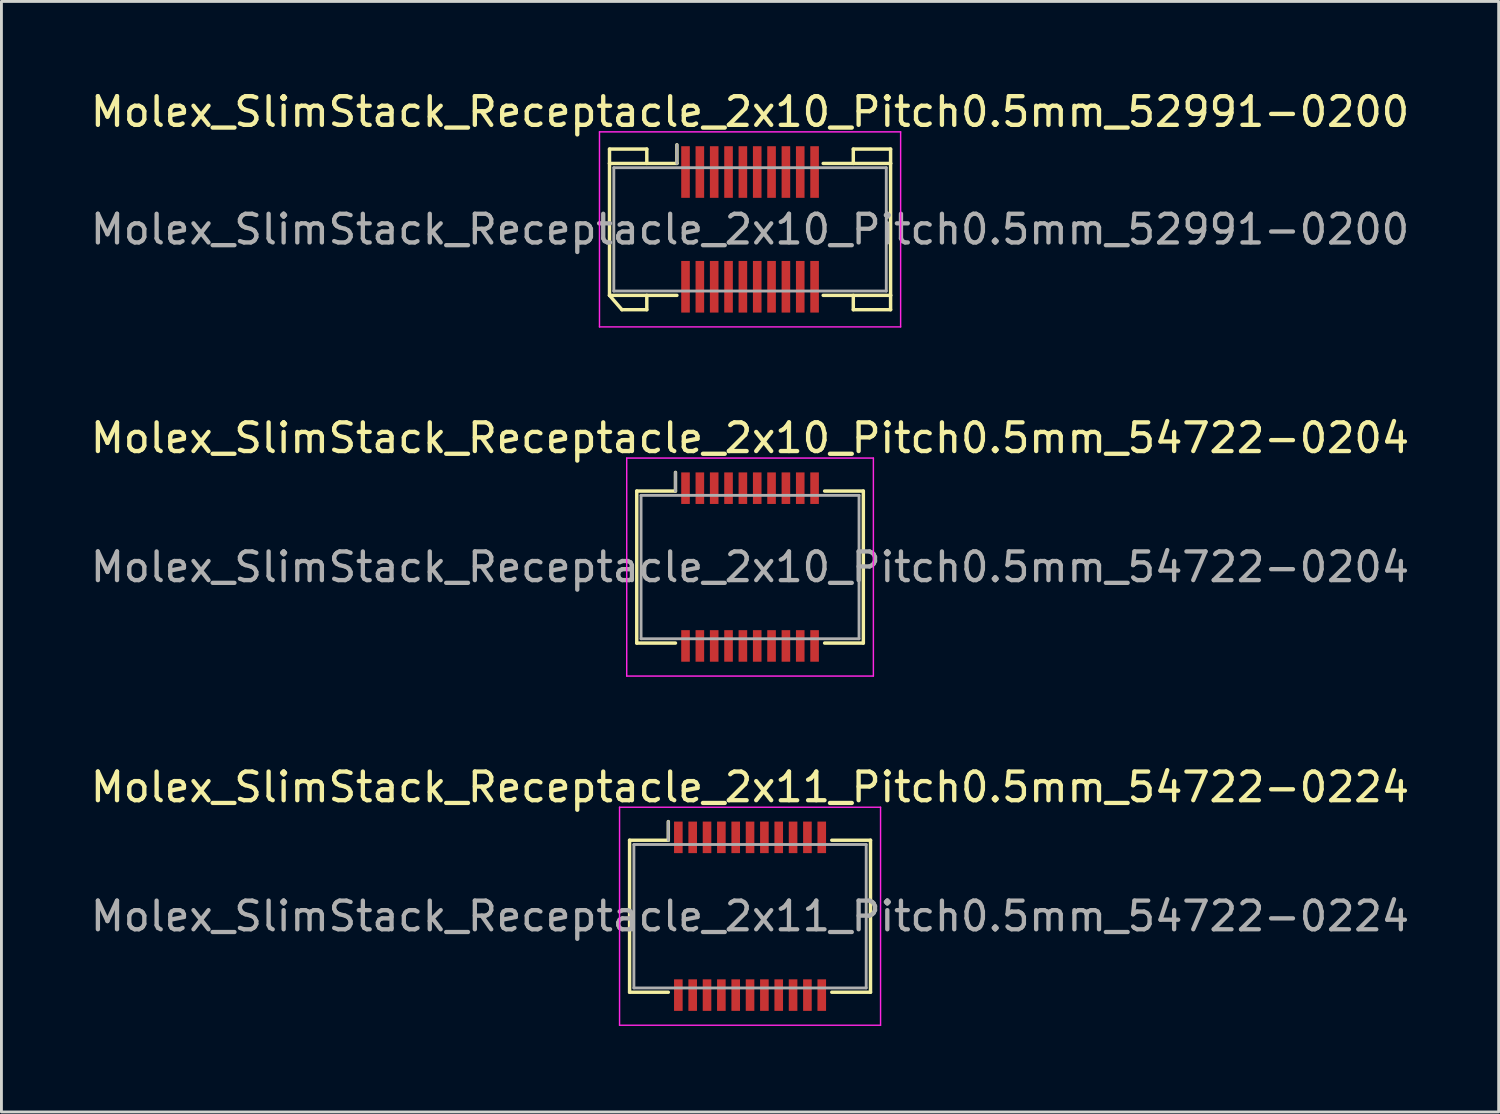
<source format=kicad_pcb>
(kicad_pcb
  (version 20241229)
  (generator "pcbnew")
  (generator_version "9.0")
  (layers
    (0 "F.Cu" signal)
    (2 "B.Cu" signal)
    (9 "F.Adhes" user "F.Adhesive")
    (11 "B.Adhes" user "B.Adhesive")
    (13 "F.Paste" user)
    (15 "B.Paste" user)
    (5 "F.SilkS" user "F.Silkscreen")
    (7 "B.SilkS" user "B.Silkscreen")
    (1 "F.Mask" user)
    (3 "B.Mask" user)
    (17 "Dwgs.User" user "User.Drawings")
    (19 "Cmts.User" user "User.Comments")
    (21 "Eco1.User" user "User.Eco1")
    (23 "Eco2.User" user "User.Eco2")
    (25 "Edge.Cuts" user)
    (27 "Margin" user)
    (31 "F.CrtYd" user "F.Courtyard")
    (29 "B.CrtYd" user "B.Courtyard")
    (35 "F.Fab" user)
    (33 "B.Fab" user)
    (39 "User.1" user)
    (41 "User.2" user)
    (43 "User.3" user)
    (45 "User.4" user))
  (footprint "Molex_SlimStack_Receptacle_2x10_Pitch0.5mm_52991-0200"
    (layer "F.Cu")
    (at 23.101 4.948)
    (property "Reference" "Molex_SlimStack_Receptacle_2x10_Pitch0.5mm_52991-0200" (at 0 -4.1 0) (layer "F.SilkS") (effects (font (size 1 1) (thickness 0.15))))
    (attr smd)
    (fp_line (start -4.9 -2.8) (end -3.6 -2.8) (stroke (width 0.12) (type solid)) (layer "F.SilkS"))
    (fp_line (start -4.9 -2.3) (end -4.9 -2.8) (stroke (width 0.12) (type solid)) (layer "F.SilkS"))
    (fp_line (start -4.9 -2.3) (end -2.55 -2.3) (stroke (width 0.12) (type solid)) (layer "F.SilkS"))
    (fp_line (start -4.9 2.3) (end -4.9 -2.3) (stroke (width 0.12) (type solid)) (layer "F.SilkS"))
    (fp_line (start -4.9 2.3) (end -4.467 2.8) (stroke (width 0.12) (type solid)) (layer "F.SilkS"))
    (fp_line (start -4.467 2.8) (end -3.6 2.8) (stroke (width 0.12) (type solid)) (layer "F.SilkS"))
    (fp_line (start -3.6 -2.8) (end -3.6 -2.3) (stroke (width 0.12) (type solid)) (layer "F.SilkS"))
    (fp_line (start -3.6 2.8) (end -3.6 2.3) (stroke (width 0.12) (type solid)) (layer "F.SilkS"))
    (fp_line (start -2.55 -2.3) (end -2.55 -2.95) (stroke (width 0.12) (type solid)) (layer "F.SilkS"))
    (fp_line (start -2.55 2.3) (end -4.9 2.3) (stroke (width 0.12) (type solid)) (layer "F.SilkS"))
    (fp_line (start 2.55 2.3) (end 4.9 2.3) (stroke (width 0.12) (type solid)) (layer "F.SilkS"))
    (fp_line (start 3.6 -2.8) (end 3.6 -2.3) (stroke (width 0.12) (type solid)) (layer "F.SilkS"))
    (fp_line (start 3.6 2.8) (end 3.6 2.3) (stroke (width 0.12) (type solid)) (layer "F.SilkS"))
    (fp_line (start 4.9 -2.8) (end 3.6 -2.8) (stroke (width 0.12) (type solid)) (layer "F.SilkS"))
    (fp_line (start 4.9 -2.3) (end 2.55 -2.3) (stroke (width 0.12) (type solid)) (layer "F.SilkS"))
    (fp_line (start 4.9 -2.3) (end 4.9 -2.8) (stroke (width 0.12) (type solid)) (layer "F.SilkS"))
    (fp_line (start 4.9 2.3) (end 4.9 -2.3) (stroke (width 0.12) (type solid)) (layer "F.SilkS"))
    (fp_line (start 4.9 2.3) (end 4.9 2.8) (stroke (width 0.12) (type solid)) (layer "F.SilkS"))
    (fp_line (start 4.9 2.8) (end 3.6 2.8) (stroke (width 0.12) (type solid)) (layer "F.SilkS"))
    (fp_line (start -5.25 -3.4) (end -5.25 3.4) (stroke (width 0.05) (type solid)) (layer "F.CrtYd"))
    (fp_line (start -5.25 3.4) (end 5.25 3.4) (stroke (width 0.05) (type solid)) (layer "F.CrtYd"))
    (fp_line (start 5.25 -3.4) (end -5.25 -3.4) (stroke (width 0.05) (type solid)) (layer "F.CrtYd"))
    (fp_line (start 5.25 3.4) (end 5.25 -3.4) (stroke (width 0.05) (type solid)) (layer "F.CrtYd"))
    (fp_line (start -4.75 -2.15) (end -4.75 2.15) (stroke (width 0.1) (type solid)) (layer "F.Fab"))
    (fp_line (start -4.75 2.15) (end 4.75 2.15) (stroke (width 0.1) (type solid)) (layer "F.Fab"))
    (fp_line (start -2.55 -2.3) (end -2.55 -2.95) (stroke (width 0.1) (type solid)) (layer "F.Fab"))
    (fp_line (start 4.75 -2.15) (end -4.75 -2.15) (stroke (width 0.1) (type solid)) (layer "F.Fab"))
    (fp_line (start 4.75 2.15) (end 4.75 -2.15) (stroke (width 0.1) (type solid)) (layer "F.Fab"))
    (fp_text user "${REFERENCE}" (at 0 0 0) (layer "F.Fab") (effects (font (size 1 1) (thickness 0.15))))
    (pad "1" smd rect (at -2.25 -2) (size 0.3 1.8) (layers "F.Cu" "F.Mask" "F.Paste"))
    (pad "2" smd rect (at -2.25 2) (size 0.3 1.8) (layers "F.Cu" "F.Mask" "F.Paste"))
    (pad "3" smd rect (at -1.75 -2) (size 0.3 1.8) (layers "F.Cu" "F.Mask" "F.Paste"))
    (pad "4" smd rect (at -1.75 2) (size 0.3 1.8) (layers "F.Cu" "F.Mask" "F.Paste"))
    (pad "5" smd rect (at -1.25 -2) (size 0.3 1.8) (layers "F.Cu" "F.Mask" "F.Paste"))
    (pad "6" smd rect (at -1.25 2) (size 0.3 1.8) (layers "F.Cu" "F.Mask" "F.Paste"))
    (pad "7" smd rect (at -0.75 -2) (size 0.3 1.8) (layers "F.Cu" "F.Mask" "F.Paste"))
    (pad "8" smd rect (at -0.75 2) (size 0.3 1.8) (layers "F.Cu" "F.Mask" "F.Paste"))
    (pad "9" smd rect (at -0.25 -2) (size 0.3 1.8) (layers "F.Cu" "F.Mask" "F.Paste"))
    (pad "10" smd rect (at -0.25 2) (size 0.3 1.8) (layers "F.Cu" "F.Mask" "F.Paste"))
    (pad "11" smd rect (at 0.25 -2) (size 0.3 1.8) (layers "F.Cu" "F.Mask" "F.Paste"))
    (pad "12" smd rect (at 0.25 2) (size 0.3 1.8) (layers "F.Cu" "F.Mask" "F.Paste"))
    (pad "13" smd rect (at 0.75 -2) (size 0.3 1.8) (layers "F.Cu" "F.Mask" "F.Paste"))
    (pad "14" smd rect (at 0.75 2) (size 0.3 1.8) (layers "F.Cu" "F.Mask" "F.Paste"))
    (pad "15" smd rect (at 1.25 -2) (size 0.3 1.8) (layers "F.Cu" "F.Mask" "F.Paste"))
    (pad "16" smd rect (at 1.25 2) (size 0.3 1.8) (layers "F.Cu" "F.Mask" "F.Paste"))
    (pad "17" smd rect (at 1.75 -2) (size 0.3 1.8) (layers "F.Cu" "F.Mask" "F.Paste"))
    (pad "18" smd rect (at 1.75 2) (size 0.3 1.8) (layers "F.Cu" "F.Mask" "F.Paste"))
    (pad "19" smd rect (at 2.25 -2) (size 0.3 1.8) (layers "F.Cu" "F.Mask" "F.Paste"))
    (pad "20" smd rect (at 2.25 2) (size 0.3 1.8) (layers "F.Cu" "F.Mask" "F.Paste")))
  (footprint "Molex_SlimStack_Receptacle_2x11_Pitch0.5mm_54722-0224"
    (layer "F.Cu")
    (at 23.101 28.895)
    (property "Reference" "Molex_SlimStack_Receptacle_2x11_Pitch0.5mm_54722-0224" (at 0 -4.5 0) (layer "F.SilkS") (effects (font (size 1 1) (thickness 0.15))))
    (attr smd)
    (fp_line (start -4.2 -2.65) (end -2.85 -2.65) (stroke (width 0.12) (type solid)) (layer "F.SilkS"))
    (fp_line (start -4.2 2.65) (end -4.2 -2.65) (stroke (width 0.12) (type solid)) (layer "F.SilkS"))
    (fp_line (start -2.85 -2.65) (end -2.85 -3.3) (stroke (width 0.12) (type solid)) (layer "F.SilkS"))
    (fp_line (start -2.85 2.65) (end -4.2 2.65) (stroke (width 0.12) (type solid)) (layer "F.SilkS"))
    (fp_line (start 2.85 2.65) (end 4.2 2.65) (stroke (width 0.12) (type solid)) (layer "F.SilkS"))
    (fp_line (start 4.2 -2.65) (end 2.85 -2.65) (stroke (width 0.12) (type solid)) (layer "F.SilkS"))
    (fp_line (start 4.2 2.65) (end 4.2 -2.65) (stroke (width 0.12) (type solid)) (layer "F.SilkS"))
    (fp_line (start -4.55 -3.8) (end -4.55 3.8) (stroke (width 0.05) (type solid)) (layer "F.CrtYd"))
    (fp_line (start -4.55 3.8) (end 4.55 3.8) (stroke (width 0.05) (type solid)) (layer "F.CrtYd"))
    (fp_line (start 4.55 -3.8) (end -4.55 -3.8) (stroke (width 0.05) (type solid)) (layer "F.CrtYd"))
    (fp_line (start 4.55 3.8) (end 4.55 -3.8) (stroke (width 0.05) (type solid)) (layer "F.CrtYd"))
    (fp_line (start -4.05 -2.5) (end -4.05 2.5) (stroke (width 0.1) (type solid)) (layer "F.Fab"))
    (fp_line (start -4.05 2.5) (end 4.05 2.5) (stroke (width 0.1) (type solid)) (layer "F.Fab"))
    (fp_line (start -2.85 -2.65) (end -2.85 -3.3) (stroke (width 0.1) (type solid)) (layer "F.Fab"))
    (fp_line (start 4.05 -2.5) (end -4.05 -2.5) (stroke (width 0.1) (type solid)) (layer "F.Fab"))
    (fp_line (start 4.05 2.5) (end 4.05 -2.5) (stroke (width 0.1) (type solid)) (layer "F.Fab"))
    (fp_text user "${REFERENCE}" (at 0 0 0) (layer "F.Fab") (effects (font (size 1 1) (thickness 0.15))))
    (pad "1" smd rect (at -2.5 -2.75) (size 0.3 1.1) (layers "F.Cu" "F.Mask" "F.Paste"))
    (pad "2" smd rect (at -2.5 2.75) (size 0.3 1.1) (layers "F.Cu" "F.Mask" "F.Paste"))
    (pad "3" smd rect (at -2 -2.75) (size 0.3 1.1) (layers "F.Cu" "F.Mask" "F.Paste"))
    (pad "4" smd rect (at -2 2.75) (size 0.3 1.1) (layers "F.Cu" "F.Mask" "F.Paste"))
    (pad "5" smd rect (at -1.5 -2.75) (size 0.3 1.1) (layers "F.Cu" "F.Mask" "F.Paste"))
    (pad "6" smd rect (at -1.5 2.75) (size 0.3 1.1) (layers "F.Cu" "F.Mask" "F.Paste"))
    (pad "7" smd rect (at -1 -2.75) (size 0.3 1.1) (layers "F.Cu" "F.Mask" "F.Paste"))
    (pad "8" smd rect (at -1 2.75) (size 0.3 1.1) (layers "F.Cu" "F.Mask" "F.Paste"))
    (pad "9" smd rect (at -0.5 -2.75) (size 0.3 1.1) (layers "F.Cu" "F.Mask" "F.Paste"))
    (pad "10" smd rect (at -0.5 2.75) (size 0.3 1.1) (layers "F.Cu" "F.Mask" "F.Paste"))
    (pad "11" smd rect (at 0 -2.75) (size 0.3 1.1) (layers "F.Cu" "F.Mask" "F.Paste"))
    (pad "12" smd rect (at 0 2.75) (size 0.3 1.1) (layers "F.Cu" "F.Mask" "F.Paste"))
    (pad "13" smd rect (at 0.5 -2.75) (size 0.3 1.1) (layers "F.Cu" "F.Mask" "F.Paste"))
    (pad "14" smd rect (at 0.5 2.75) (size 0.3 1.1) (layers "F.Cu" "F.Mask" "F.Paste"))
    (pad "15" smd rect (at 1 -2.75) (size 0.3 1.1) (layers "F.Cu" "F.Mask" "F.Paste"))
    (pad "16" smd rect (at 1 2.75) (size 0.3 1.1) (layers "F.Cu" "F.Mask" "F.Paste"))
    (pad "17" smd rect (at 1.5 -2.75) (size 0.3 1.1) (layers "F.Cu" "F.Mask" "F.Paste"))
    (pad "18" smd rect (at 1.5 2.75) (size 0.3 1.1) (layers "F.Cu" "F.Mask" "F.Paste"))
    (pad "19" smd rect (at 2 -2.75) (size 0.3 1.1) (layers "F.Cu" "F.Mask" "F.Paste"))
    (pad "20" smd rect (at 2 2.75) (size 0.3 1.1) (layers "F.Cu" "F.Mask" "F.Paste"))
    (pad "21" smd rect (at 2.5 -2.75) (size 0.3 1.1) (layers "F.Cu" "F.Mask" "F.Paste"))
    (pad "22" smd rect (at 2.5 2.75) (size 0.3 1.1) (layers "F.Cu" "F.Mask" "F.Paste")))
  (footprint "Molex_SlimStack_Receptacle_2x10_Pitch0.5mm_54722-0204"
    (layer "F.Cu")
    (at 23.101 16.721)
    (property "Reference" "Molex_SlimStack_Receptacle_2x10_Pitch0.5mm_54722-0204" (at 0 -4.5 0) (layer "F.SilkS") (effects (font (size 1 1) (thickness 0.15))))
    (attr smd)
    (fp_line (start -3.95 -2.65) (end -2.6 -2.65) (stroke (width 0.12) (type solid)) (layer "F.SilkS"))
    (fp_line (start -3.95 2.65) (end -3.95 -2.65) (stroke (width 0.12) (type solid)) (layer "F.SilkS"))
    (fp_line (start -2.6 -2.65) (end -2.6 -3.3) (stroke (width 0.12) (type solid)) (layer "F.SilkS"))
    (fp_line (start -2.6 2.65) (end -3.95 2.65) (stroke (width 0.12) (type solid)) (layer "F.SilkS"))
    (fp_line (start 2.6 2.65) (end 3.95 2.65) (stroke (width 0.12) (type solid)) (layer "F.SilkS"))
    (fp_line (start 3.95 -2.65) (end 2.6 -2.65) (stroke (width 0.12) (type solid)) (layer "F.SilkS"))
    (fp_line (start 3.95 2.65) (end 3.95 -2.65) (stroke (width 0.12) (type solid)) (layer "F.SilkS"))
    (fp_line (start -4.3 -3.8) (end -4.3 3.8) (stroke (width 0.05) (type solid)) (layer "F.CrtYd"))
    (fp_line (start -4.3 3.8) (end 4.3 3.8) (stroke (width 0.05) (type solid)) (layer "F.CrtYd"))
    (fp_line (start 4.3 -3.8) (end -4.3 -3.8) (stroke (width 0.05) (type solid)) (layer "F.CrtYd"))
    (fp_line (start 4.3 3.8) (end 4.3 -3.8) (stroke (width 0.05) (type solid)) (layer "F.CrtYd"))
    (fp_line (start -3.8 -2.5) (end -3.8 2.5) (stroke (width 0.1) (type solid)) (layer "F.Fab"))
    (fp_line (start -3.8 2.5) (end 3.8 2.5) (stroke (width 0.1) (type solid)) (layer "F.Fab"))
    (fp_line (start -2.6 -2.65) (end -2.6 -3.3) (stroke (width 0.1) (type solid)) (layer "F.Fab"))
    (fp_line (start 3.8 -2.5) (end -3.8 -2.5) (stroke (width 0.1) (type solid)) (layer "F.Fab"))
    (fp_line (start 3.8 2.5) (end 3.8 -2.5) (stroke (width 0.1) (type solid)) (layer "F.Fab"))
    (fp_text user "${REFERENCE}" (at 0 0 0) (layer "F.Fab") (effects (font (size 1 1) (thickness 0.15))))
    (pad "1" smd rect (at -2.25 -2.75) (size 0.3 1.1) (layers "F.Cu" "F.Mask" "F.Paste"))
    (pad "2" smd rect (at -2.25 2.75) (size 0.3 1.1) (layers "F.Cu" "F.Mask" "F.Paste"))
    (pad "3" smd rect (at -1.75 -2.75) (size 0.3 1.1) (layers "F.Cu" "F.Mask" "F.Paste"))
    (pad "4" smd rect (at -1.75 2.75) (size 0.3 1.1) (layers "F.Cu" "F.Mask" "F.Paste"))
    (pad "5" smd rect (at -1.25 -2.75) (size 0.3 1.1) (layers "F.Cu" "F.Mask" "F.Paste"))
    (pad "6" smd rect (at -1.25 2.75) (size 0.3 1.1) (layers "F.Cu" "F.Mask" "F.Paste"))
    (pad "7" smd rect (at -0.75 -2.75) (size 0.3 1.1) (layers "F.Cu" "F.Mask" "F.Paste"))
    (pad "8" smd rect (at -0.75 2.75) (size 0.3 1.1) (layers "F.Cu" "F.Mask" "F.Paste"))
    (pad "9" smd rect (at -0.25 -2.75) (size 0.3 1.1) (layers "F.Cu" "F.Mask" "F.Paste"))
    (pad "10" smd rect (at -0.25 2.75) (size 0.3 1.1) (layers "F.Cu" "F.Mask" "F.Paste"))
    (pad "11" smd rect (at 0.25 -2.75) (size 0.3 1.1) (layers "F.Cu" "F.Mask" "F.Paste"))
    (pad "12" smd rect (at 0.25 2.75) (size 0.3 1.1) (layers "F.Cu" "F.Mask" "F.Paste"))
    (pad "13" smd rect (at 0.75 -2.75) (size 0.3 1.1) (layers "F.Cu" "F.Mask" "F.Paste"))
    (pad "14" smd rect (at 0.75 2.75) (size 0.3 1.1) (layers "F.Cu" "F.Mask" "F.Paste"))
    (pad "15" smd rect (at 1.25 -2.75) (size 0.3 1.1) (layers "F.Cu" "F.Mask" "F.Paste"))
    (pad "16" smd rect (at 1.25 2.75) (size 0.3 1.1) (layers "F.Cu" "F.Mask" "F.Paste"))
    (pad "17" smd rect (at 1.75 -2.75) (size 0.3 1.1) (layers "F.Cu" "F.Mask" "F.Paste"))
    (pad "18" smd rect (at 1.75 2.75) (size 0.3 1.1) (layers "F.Cu" "F.Mask" "F.Paste"))
    (pad "19" smd rect (at 2.25 -2.75) (size 0.3 1.1) (layers "F.Cu" "F.Mask" "F.Paste"))
    (pad "20" smd rect (at 2.25 2.75) (size 0.3 1.1) (layers "F.Cu" "F.Mask" "F.Paste")))
  (gr_rect
    (start -3 -3)
    (end 49.202 35.72)
    (stroke (width 0.1) (type default))
    (fill no)
    (layer "Edge.Cuts")))
</source>
